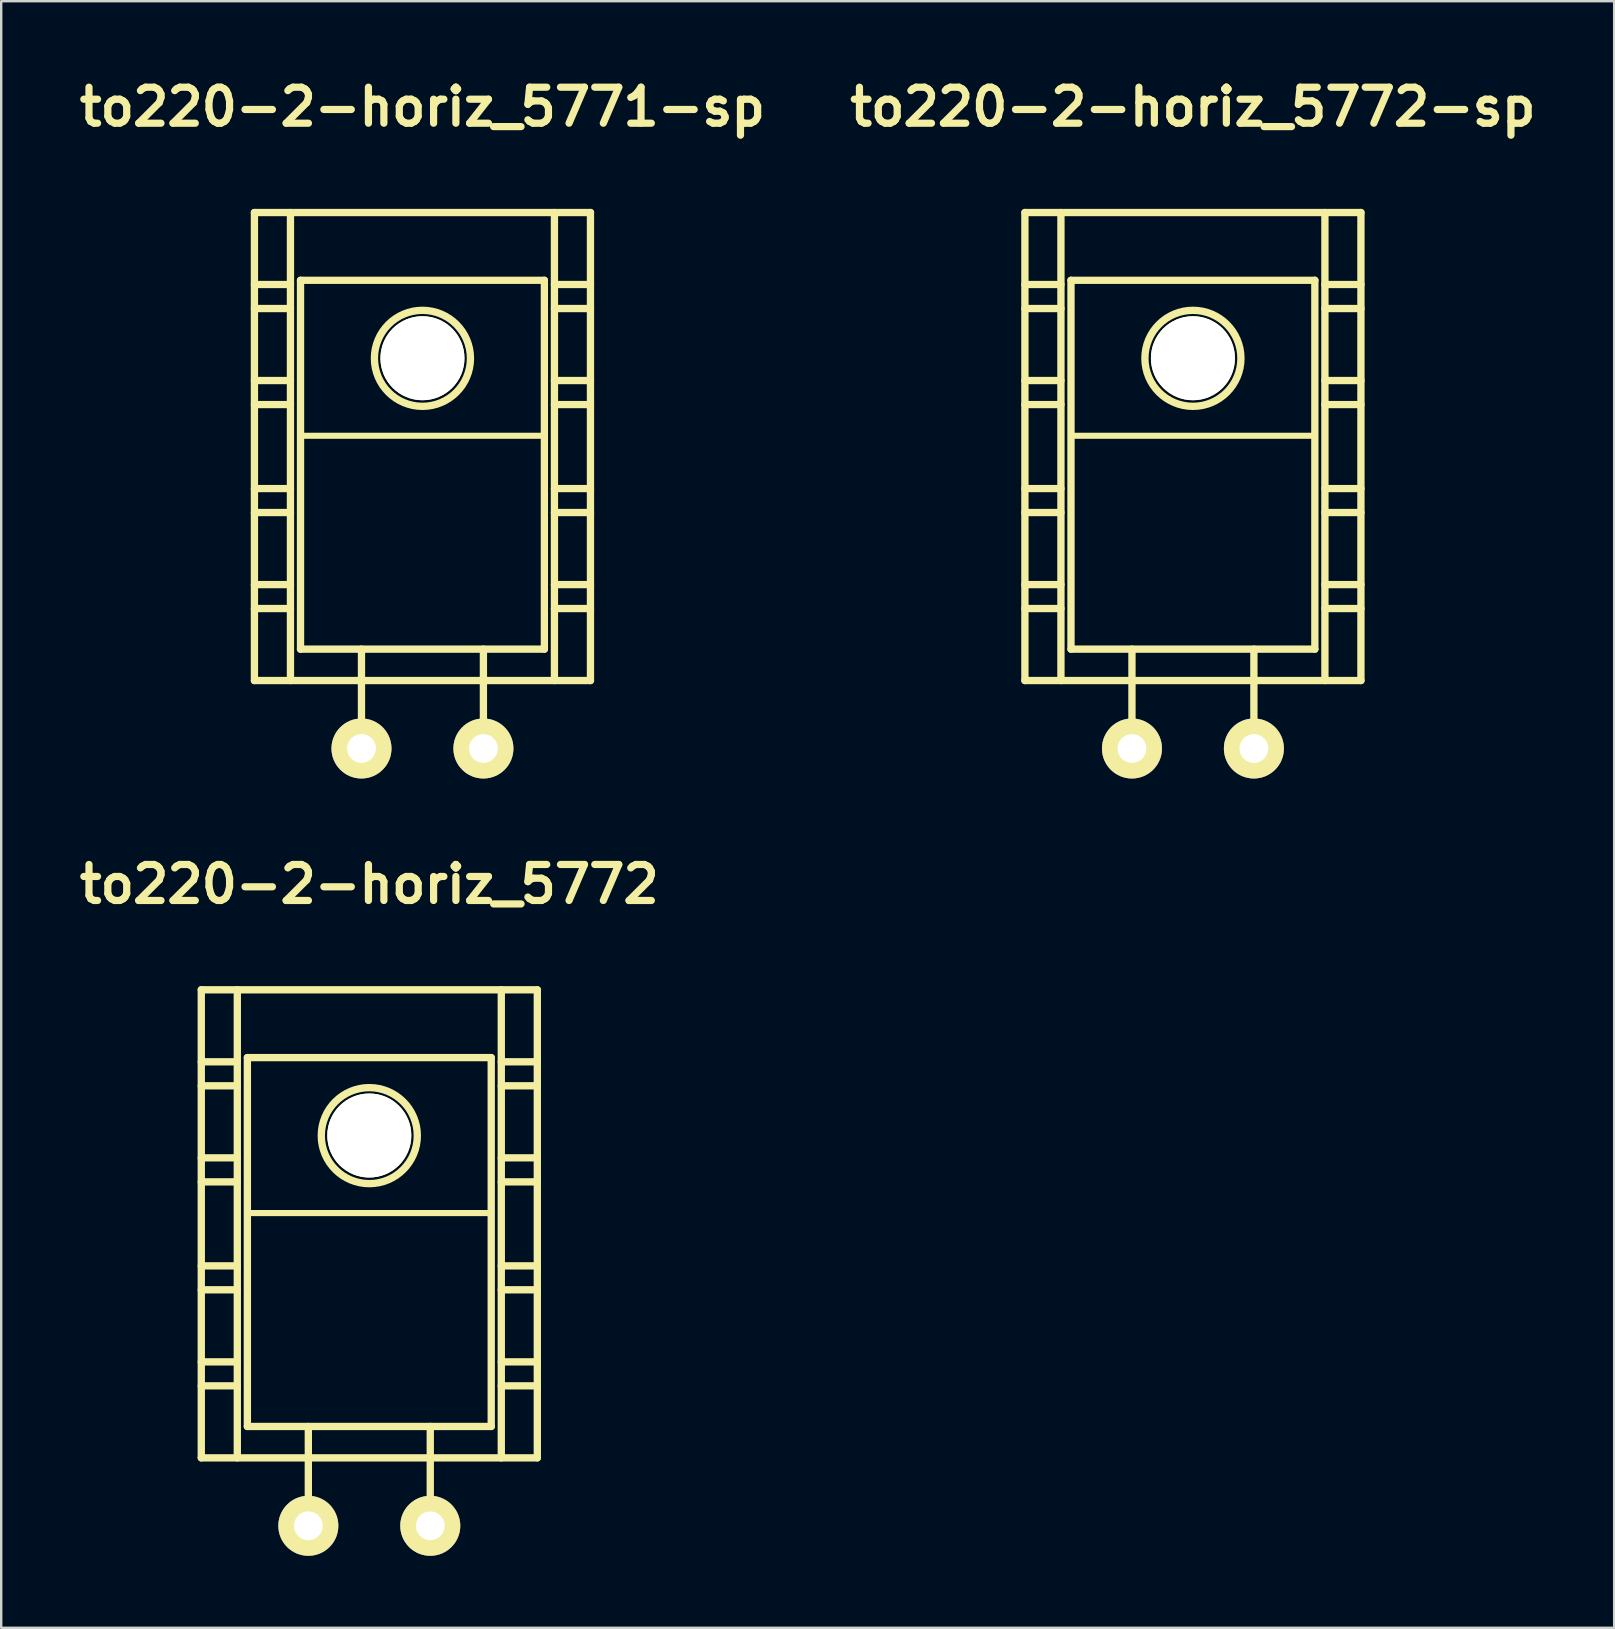
<source format=kicad_pcb>
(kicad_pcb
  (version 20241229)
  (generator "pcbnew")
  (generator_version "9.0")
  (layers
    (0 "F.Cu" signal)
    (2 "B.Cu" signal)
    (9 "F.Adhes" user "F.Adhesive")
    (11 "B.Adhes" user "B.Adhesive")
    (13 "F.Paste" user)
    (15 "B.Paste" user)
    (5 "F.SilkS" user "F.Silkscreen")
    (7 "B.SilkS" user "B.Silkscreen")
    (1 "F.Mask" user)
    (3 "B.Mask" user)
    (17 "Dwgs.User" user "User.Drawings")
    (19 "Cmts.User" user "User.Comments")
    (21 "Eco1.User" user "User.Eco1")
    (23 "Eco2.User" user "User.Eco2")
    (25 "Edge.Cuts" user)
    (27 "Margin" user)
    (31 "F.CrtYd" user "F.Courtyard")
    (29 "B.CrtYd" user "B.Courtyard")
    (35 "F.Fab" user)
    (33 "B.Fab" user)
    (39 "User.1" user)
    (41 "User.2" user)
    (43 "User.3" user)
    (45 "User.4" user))
  (footprint "to220-2-horiz_5772"
    (layer "F.Cu")
    (at 12.336 52.188)
    (property "Reference" "to220-2-horiz_5772" (at 0 -18.4 0) (layer "F.SilkS") (effects (font (size 1.5 1.5) (thickness 0.3))))
    (attr through_hole)
    (fp_line (start -7 -14) (end -7 5.499) (stroke (width 0.305) (type solid)) (layer "F.SilkS"))
    (fp_line (start -7 -11.001) (end -5.499 -11.001) (stroke (width 0.305) (type solid)) (layer "F.SilkS"))
    (fp_line (start -7 -10) (end -5.499 -10) (stroke (width 0.305) (type solid)) (layer "F.SilkS"))
    (fp_line (start -7 -7) (end -5.499 -7) (stroke (width 0.305) (type solid)) (layer "F.SilkS"))
    (fp_line (start -7 -5.999) (end -5.499 -5.999) (stroke (width 0.305) (type solid)) (layer "F.SilkS"))
    (fp_line (start -7 -2.499) (end -5.499 -2.499) (stroke (width 0.305) (type solid)) (layer "F.SilkS"))
    (fp_line (start -7 -1.501) (end -5.499 -1.501) (stroke (width 0.305) (type solid)) (layer "F.SilkS"))
    (fp_line (start -7 1.501) (end -5.499 1.501) (stroke (width 0.305) (type solid)) (layer "F.SilkS"))
    (fp_line (start -7 2.499) (end -5.499 2.499) (stroke (width 0.305) (type solid)) (layer "F.SilkS"))
    (fp_line (start -7 5.499) (end 7 5.499) (stroke (width 0.305) (type solid)) (layer "F.SilkS"))
    (fp_line (start -5.499 5.499) (end -5.499 -14) (stroke (width 0.305) (type solid)) (layer "F.SilkS"))
    (fp_line (start -5.08 -11.176) (end -5.08 4.191) (stroke (width 0.305) (type solid)) (layer "F.SilkS"))
    (fp_line (start -5.08 4.191) (end 5.08 4.191) (stroke (width 0.305) (type solid)) (layer "F.SilkS"))
    (fp_line (start -2.54 8.382) (end -2.54 4.191) (stroke (width 0.305) (type solid)) (layer "F.SilkS"))
    (fp_line (start 2.54 8.382) (end 2.54 4.191) (stroke (width 0.305) (type solid)) (layer "F.SilkS"))
    (fp_line (start 5.08 -11.176) (end -5.08 -11.176) (stroke (width 0.305) (type solid)) (layer "F.SilkS"))
    (fp_line (start 5.08 -4.699) (end -5.08 -4.699) (stroke (width 0.254) (type solid)) (layer "F.SilkS"))
    (fp_line (start 5.08 4.191) (end 5.08 -11.176) (stroke (width 0.305) (type solid)) (layer "F.SilkS"))
    (fp_line (start 5.499 -14) (end 5.499 5.499) (stroke (width 0.305) (type solid)) (layer "F.SilkS"))
    (fp_line (start 5.499 -11.001) (end 7 -11.001) (stroke (width 0.305) (type solid)) (layer "F.SilkS"))
    (fp_line (start 5.499 -10) (end 7 -10) (stroke (width 0.305) (type solid)) (layer "F.SilkS"))
    (fp_line (start 5.499 -7) (end 7 -7) (stroke (width 0.305) (type solid)) (layer "F.SilkS"))
    (fp_line (start 5.499 -5.999) (end 7 -5.999) (stroke (width 0.305) (type solid)) (layer "F.SilkS"))
    (fp_line (start 5.499 -2.499) (end 7 -2.499) (stroke (width 0.305) (type solid)) (layer "F.SilkS"))
    (fp_line (start 5.499 -1.501) (end 7 -1.501) (stroke (width 0.305) (type solid)) (layer "F.SilkS"))
    (fp_line (start 5.499 1.501) (end 7 1.501) (stroke (width 0.305) (type solid)) (layer "F.SilkS"))
    (fp_line (start 5.499 2.499) (end 7 2.499) (stroke (width 0.305) (type solid)) (layer "F.SilkS"))
    (fp_line (start 7 -14) (end -7 -14) (stroke (width 0.305) (type solid)) (layer "F.SilkS"))
    (fp_line (start 7 5.499) (end 7 -14) (stroke (width 0.305) (type solid)) (layer "F.SilkS"))
    (fp_circle (center 0 -7.925) (end -1.999 -8.001) (stroke (width 0.305) (type solid)) (fill no) (layer "F.SilkS"))
    (pad "" np_thru_hole circle (at 0 -7.93) (size 3.5 3.5) (drill 3.5) (layers "*.Cu" "*.Mask" "F.SilkS"))
    (pad "1" thru_hole circle (at 2.54 8.33) (size 2.5 2.5) (drill 1.2) (layers "*.Cu" "*.Mask" "F.SilkS"))
    (pad "2" thru_hole circle (at -2.54 8.33) (size 2.5 2.5) (drill 1.2) (layers "*.Cu" "*.Mask" "F.SilkS")))
  (footprint "to220-2-horiz_5771-sp"
    (layer "F.Cu")
    (at 14.55 19.804)
    (property "Reference" "to220-2-horiz_5771-sp" (at 0 -18.4 0) (layer "F.SilkS") (effects (font (size 1.5 1.5) (thickness 0.3))))
    (attr through_hole)
    (fp_line (start -7 -14) (end -7 5.499) (stroke (width 0.305) (type solid)) (layer "F.SilkS"))
    (fp_line (start -7 -11.001) (end -5.499 -11.001) (stroke (width 0.305) (type solid)) (layer "F.SilkS"))
    (fp_line (start -7 -10) (end -5.499 -10) (stroke (width 0.305) (type solid)) (layer "F.SilkS"))
    (fp_line (start -7 -7) (end -5.499 -7) (stroke (width 0.305) (type solid)) (layer "F.SilkS"))
    (fp_line (start -7 -5.999) (end -5.499 -5.999) (stroke (width 0.305) (type solid)) (layer "F.SilkS"))
    (fp_line (start -7 -2.499) (end -5.499 -2.499) (stroke (width 0.305) (type solid)) (layer "F.SilkS"))
    (fp_line (start -7 -1.501) (end -5.499 -1.501) (stroke (width 0.305) (type solid)) (layer "F.SilkS"))
    (fp_line (start -7 1.501) (end -5.499 1.501) (stroke (width 0.305) (type solid)) (layer "F.SilkS"))
    (fp_line (start -7 2.499) (end -5.499 2.499) (stroke (width 0.305) (type solid)) (layer "F.SilkS"))
    (fp_line (start -7 5.499) (end 7 5.499) (stroke (width 0.305) (type solid)) (layer "F.SilkS"))
    (fp_line (start -5.499 5.499) (end -5.499 -14) (stroke (width 0.305) (type solid)) (layer "F.SilkS"))
    (fp_line (start -5.08 -11.176) (end -5.08 4.191) (stroke (width 0.305) (type solid)) (layer "F.SilkS"))
    (fp_line (start -5.08 4.191) (end 5.08 4.191) (stroke (width 0.305) (type solid)) (layer "F.SilkS"))
    (fp_line (start -2.54 8.382) (end -2.54 4.191) (stroke (width 0.305) (type solid)) (layer "F.SilkS"))
    (fp_line (start 2.54 8.382) (end 2.54 4.191) (stroke (width 0.305) (type solid)) (layer "F.SilkS"))
    (fp_line (start 5.08 -11.176) (end -5.08 -11.176) (stroke (width 0.305) (type solid)) (layer "F.SilkS"))
    (fp_line (start 5.08 -4.699) (end -5.08 -4.699) (stroke (width 0.254) (type solid)) (layer "F.SilkS"))
    (fp_line (start 5.08 4.191) (end 5.08 -11.176) (stroke (width 0.305) (type solid)) (layer "F.SilkS"))
    (fp_line (start 5.499 -14) (end 5.499 5.499) (stroke (width 0.305) (type solid)) (layer "F.SilkS"))
    (fp_line (start 5.499 -11.001) (end 7 -11.001) (stroke (width 0.305) (type solid)) (layer "F.SilkS"))
    (fp_line (start 5.499 -10) (end 7 -10) (stroke (width 0.305) (type solid)) (layer "F.SilkS"))
    (fp_line (start 5.499 -7) (end 7 -7) (stroke (width 0.305) (type solid)) (layer "F.SilkS"))
    (fp_line (start 5.499 -5.999) (end 7 -5.999) (stroke (width 0.305) (type solid)) (layer "F.SilkS"))
    (fp_line (start 5.499 -2.499) (end 7 -2.499) (stroke (width 0.305) (type solid)) (layer "F.SilkS"))
    (fp_line (start 5.499 -1.501) (end 7 -1.501) (stroke (width 0.305) (type solid)) (layer "F.SilkS"))
    (fp_line (start 5.499 1.501) (end 7 1.501) (stroke (width 0.305) (type solid)) (layer "F.SilkS"))
    (fp_line (start 5.499 2.499) (end 7 2.499) (stroke (width 0.305) (type solid)) (layer "F.SilkS"))
    (fp_line (start 7 -14) (end -7 -14) (stroke (width 0.305) (type solid)) (layer "F.SilkS"))
    (fp_line (start 7 5.499) (end 7 -14) (stroke (width 0.305) (type solid)) (layer "F.SilkS"))
    (fp_circle (center 0 -7.925) (end -1.999 -8.001) (stroke (width 0.305) (type solid)) (fill no) (layer "F.SilkS"))
    (pad "" np_thru_hole circle (at 0 -7.93) (size 3.5 3.5) (drill 3.5) (layers "*.Cu" "*.Mask" "F.SilkS"))
    (pad "1" thru_hole circle (at -2.54 8.33) (size 2.5 2.5) (drill 1.2) (layers "*.Cu" "*.Mask" "F.SilkS"))
    (pad "2" thru_hole circle (at 2.54 8.33) (size 2.5 2.5) (drill 1.2) (layers "*.Cu" "*.Mask" "F.SilkS")))
  (footprint "to220-2-horiz_5772-sp"
    (layer "F.Cu")
    (at 46.65 19.804)
    (property "Reference" "to220-2-horiz_5772-sp" (at 0 -18.4 0) (layer "F.SilkS") (effects (font (size 1.5 1.5) (thickness 0.3))))
    (attr through_hole)
    (fp_line (start -7 -14) (end -7 5.499) (stroke (width 0.305) (type solid)) (layer "F.SilkS"))
    (fp_line (start -7 -11.001) (end -5.499 -11.001) (stroke (width 0.305) (type solid)) (layer "F.SilkS"))
    (fp_line (start -7 -10) (end -5.499 -10) (stroke (width 0.305) (type solid)) (layer "F.SilkS"))
    (fp_line (start -7 -7) (end -5.499 -7) (stroke (width 0.305) (type solid)) (layer "F.SilkS"))
    (fp_line (start -7 -5.999) (end -5.499 -5.999) (stroke (width 0.305) (type solid)) (layer "F.SilkS"))
    (fp_line (start -7 -2.499) (end -5.499 -2.499) (stroke (width 0.305) (type solid)) (layer "F.SilkS"))
    (fp_line (start -7 -1.501) (end -5.499 -1.501) (stroke (width 0.305) (type solid)) (layer "F.SilkS"))
    (fp_line (start -7 1.501) (end -5.499 1.501) (stroke (width 0.305) (type solid)) (layer "F.SilkS"))
    (fp_line (start -7 2.499) (end -5.499 2.499) (stroke (width 0.305) (type solid)) (layer "F.SilkS"))
    (fp_line (start -7 5.499) (end 7 5.499) (stroke (width 0.305) (type solid)) (layer "F.SilkS"))
    (fp_line (start -5.499 5.499) (end -5.499 -14) (stroke (width 0.305) (type solid)) (layer "F.SilkS"))
    (fp_line (start -5.08 -11.176) (end -5.08 4.191) (stroke (width 0.305) (type solid)) (layer "F.SilkS"))
    (fp_line (start -5.08 4.191) (end 5.08 4.191) (stroke (width 0.305) (type solid)) (layer "F.SilkS"))
    (fp_line (start -2.54 8.382) (end -2.54 4.191) (stroke (width 0.305) (type solid)) (layer "F.SilkS"))
    (fp_line (start 2.54 8.382) (end 2.54 4.191) (stroke (width 0.305) (type solid)) (layer "F.SilkS"))
    (fp_line (start 5.08 -11.176) (end -5.08 -11.176) (stroke (width 0.305) (type solid)) (layer "F.SilkS"))
    (fp_line (start 5.08 -4.699) (end -5.08 -4.699) (stroke (width 0.254) (type solid)) (layer "F.SilkS"))
    (fp_line (start 5.08 4.191) (end 5.08 -11.176) (stroke (width 0.305) (type solid)) (layer "F.SilkS"))
    (fp_line (start 5.499 -14) (end 5.499 5.499) (stroke (width 0.305) (type solid)) (layer "F.SilkS"))
    (fp_line (start 5.499 -11.001) (end 7 -11.001) (stroke (width 0.305) (type solid)) (layer "F.SilkS"))
    (fp_line (start 5.499 -10) (end 7 -10) (stroke (width 0.305) (type solid)) (layer "F.SilkS"))
    (fp_line (start 5.499 -7) (end 7 -7) (stroke (width 0.305) (type solid)) (layer "F.SilkS"))
    (fp_line (start 5.499 -5.999) (end 7 -5.999) (stroke (width 0.305) (type solid)) (layer "F.SilkS"))
    (fp_line (start 5.499 -2.499) (end 7 -2.499) (stroke (width 0.305) (type solid)) (layer "F.SilkS"))
    (fp_line (start 5.499 -1.501) (end 7 -1.501) (stroke (width 0.305) (type solid)) (layer "F.SilkS"))
    (fp_line (start 5.499 1.501) (end 7 1.501) (stroke (width 0.305) (type solid)) (layer "F.SilkS"))
    (fp_line (start 5.499 2.499) (end 7 2.499) (stroke (width 0.305) (type solid)) (layer "F.SilkS"))
    (fp_line (start 7 -14) (end -7 -14) (stroke (width 0.305) (type solid)) (layer "F.SilkS"))
    (fp_line (start 7 5.499) (end 7 -14) (stroke (width 0.305) (type solid)) (layer "F.SilkS"))
    (fp_circle (center 0 -7.925) (end -1.999 -8.001) (stroke (width 0.305) (type solid)) (fill no) (layer "F.SilkS"))
    (pad "" np_thru_hole circle (at 0 -7.93) (size 3.5 3.5) (drill 3.5) (layers "*.Cu" "*.Mask" "F.SilkS"))
    (pad "1" thru_hole circle (at -2.54 8.33) (size 2.5 2.5) (drill 1.2) (layers "*.Cu" "*.Mask" "F.SilkS"))
    (pad "2" thru_hole circle (at 2.54 8.33) (size 2.5 2.5) (drill 1.2) (layers "*.Cu" "*.Mask" "F.SilkS")))
  (gr_rect
    (start -3 -3)
    (end 64.2 64.768)
    (stroke (width 0.1) (type default))
    (fill no)
    (layer "Edge.Cuts")))
</source>
